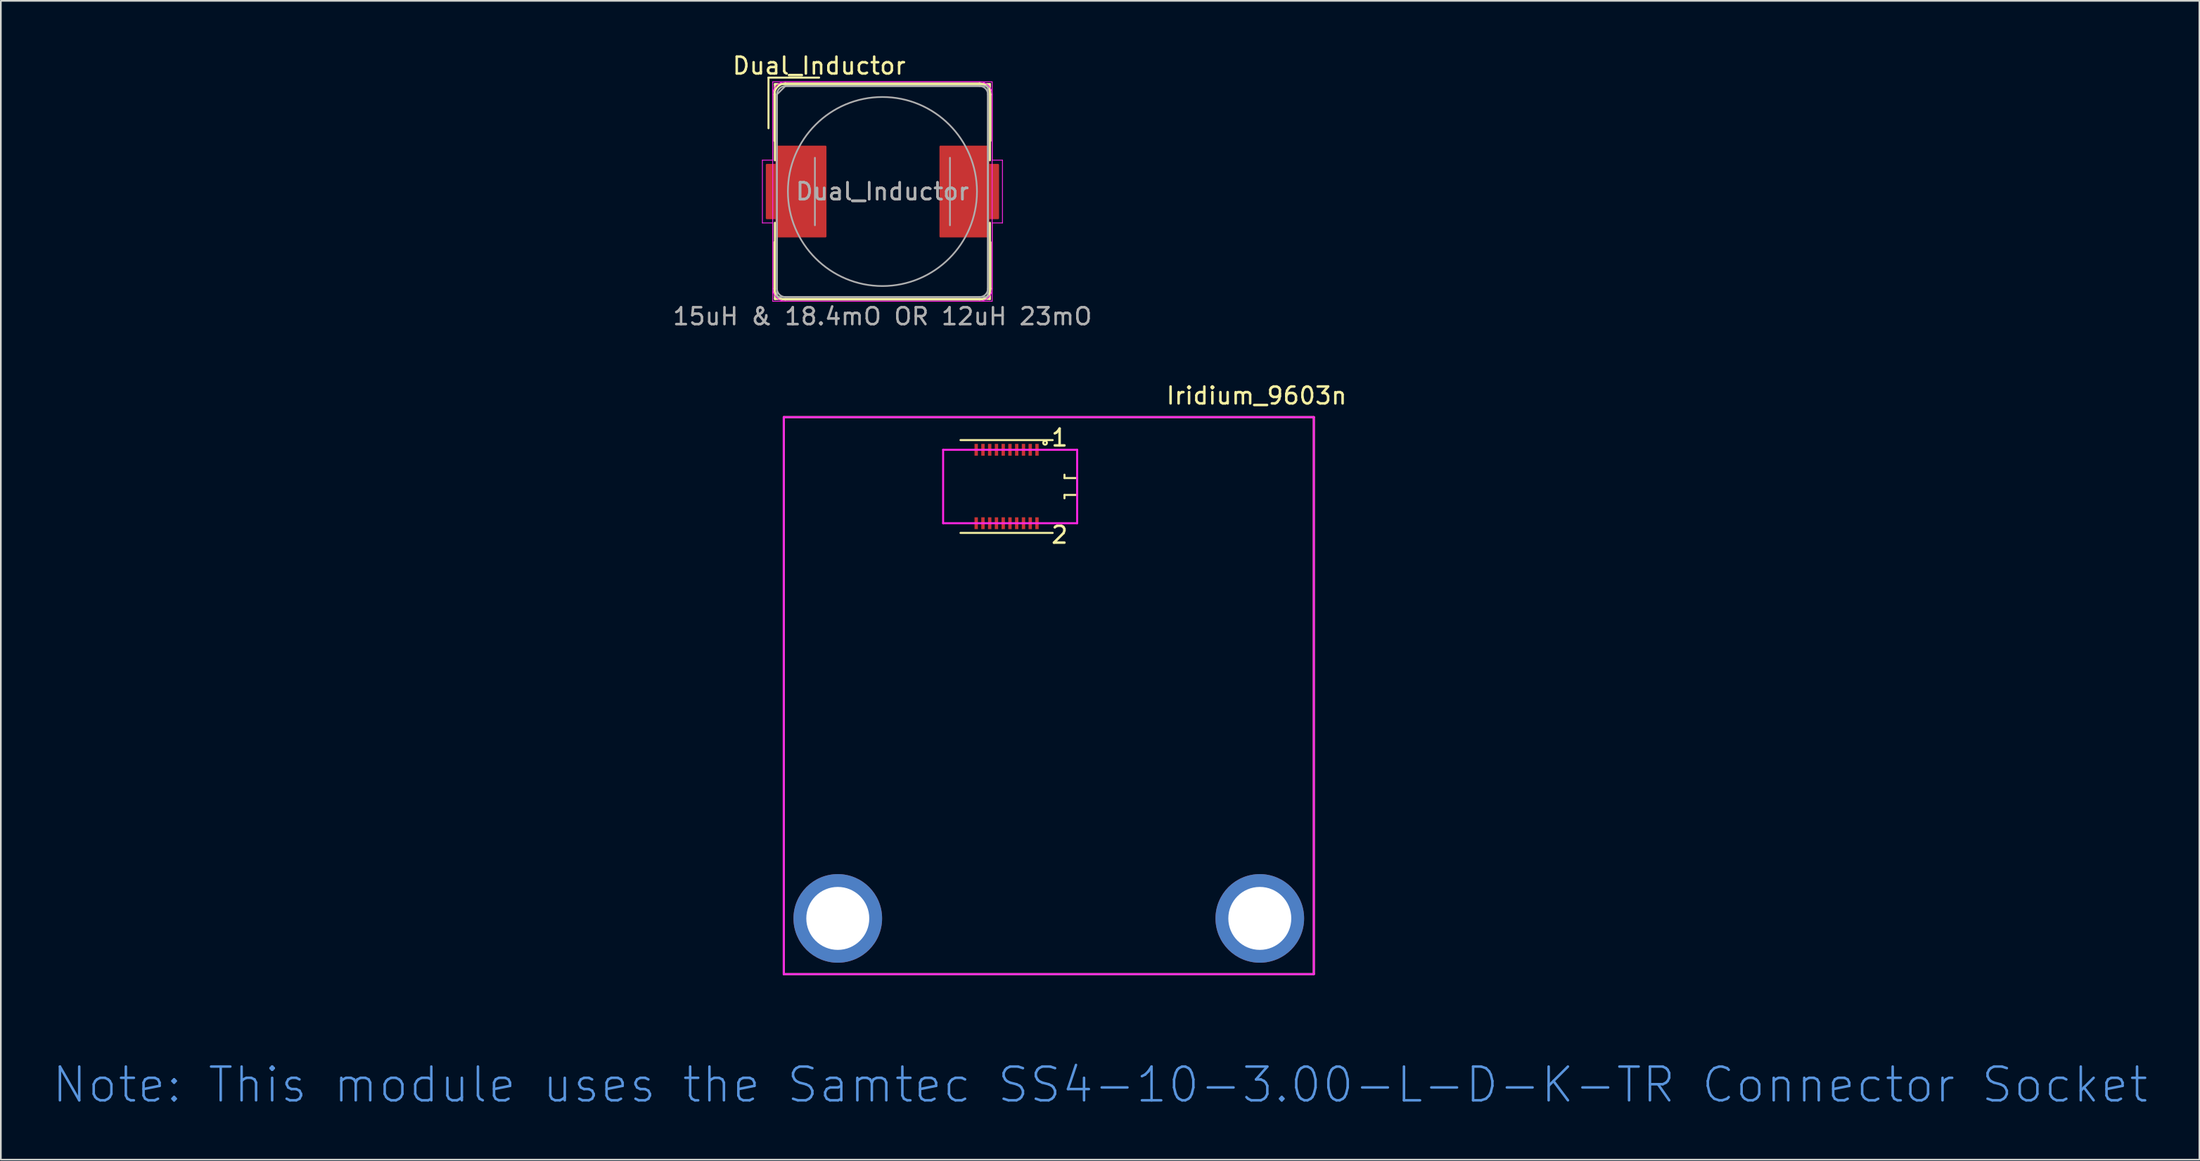
<source format=kicad_pcb>
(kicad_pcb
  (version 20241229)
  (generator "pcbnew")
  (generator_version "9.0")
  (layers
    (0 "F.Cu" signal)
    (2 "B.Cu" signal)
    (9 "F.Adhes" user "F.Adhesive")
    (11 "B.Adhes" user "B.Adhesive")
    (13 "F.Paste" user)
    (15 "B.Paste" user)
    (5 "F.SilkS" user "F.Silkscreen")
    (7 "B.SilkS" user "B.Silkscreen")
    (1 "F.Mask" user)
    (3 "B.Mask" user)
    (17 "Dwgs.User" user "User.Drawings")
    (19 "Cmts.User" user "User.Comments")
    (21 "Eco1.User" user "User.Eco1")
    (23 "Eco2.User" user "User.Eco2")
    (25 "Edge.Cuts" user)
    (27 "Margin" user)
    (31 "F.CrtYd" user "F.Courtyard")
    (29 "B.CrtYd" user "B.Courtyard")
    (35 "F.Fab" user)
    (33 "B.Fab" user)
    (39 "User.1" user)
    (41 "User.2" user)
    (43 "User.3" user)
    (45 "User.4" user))
  (footprint "Dual_Inductor"
    (layer "F.Cu")
    (at 49.225 8.298)
    (property "Reference" "Dual_Inductor" (at -3.75 -7.45 0) (layer "F.SilkS") (effects (font (size 1 1) (thickness 0.15))))
    (attr smd)
    (fp_line (start -6.75 -6.75) (end -3.75 -6.75) (stroke (width 0.12) (type solid)) (layer "F.SilkS"))
    (fp_line (start -6.75 -3.75) (end -6.75 -6.75) (stroke (width 0.12) (type solid)) (layer "F.SilkS"))
    (fp_line (start -6.4 -5.75) (end -6.4 -3) (stroke (width 0.12) (type solid)) (layer "F.SilkS"))
    (fp_line (start -6.4 3) (end -6.4 5.75) (stroke (width 0.12) (type solid)) (layer "F.SilkS"))
    (fp_line (start -6.37 -6.37) (end -6.37 -1.85) (stroke (width 0.12) (type solid)) (layer "F.SilkS"))
    (fp_line (start -6.37 -6.37) (end 6.37 -6.37) (stroke (width 0.12) (type solid)) (layer "F.SilkS"))
    (fp_line (start -6.37 1.85) (end -6.37 6.37) (stroke (width 0.12) (type solid)) (layer "F.SilkS"))
    (fp_line (start -6.37 6.37) (end 6.37 6.37) (stroke (width 0.12) (type solid)) (layer "F.SilkS"))
    (fp_line (start -5.75 -6.4) (end 5.75 -6.4) (stroke (width 0.12) (type solid)) (layer "F.SilkS"))
    (fp_line (start 5.75 6.4) (end -5.75 6.4) (stroke (width 0.12) (type solid)) (layer "F.SilkS"))
    (fp_line (start 6.37 -6.37) (end 6.37 -1.85) (stroke (width 0.12) (type solid)) (layer "F.SilkS"))
    (fp_line (start 6.37 1.85) (end 6.37 6.37) (stroke (width 0.12) (type solid)) (layer "F.SilkS"))
    (fp_line (start 6.4 -5.75) (end 6.4 -3) (stroke (width 0.12) (type solid)) (layer "F.SilkS"))
    (fp_line (start 6.4 3) (end 6.4 5.75) (stroke (width 0.12) (type solid)) (layer "F.SilkS"))
    (fp_arc (start -6.4 -5.75) (mid -6.209619 -6.209619) (end -5.75 -6.4) (stroke (width 0.12) (type solid)) (layer "F.SilkS"))
    (fp_arc (start -5.75 6.4) (mid -6.209619 6.209619) (end -6.4 5.75) (stroke (width 0.12) (type solid)) (layer "F.SilkS"))
    (fp_arc (start 5.75 -6.4) (mid 6.209619 -6.209619) (end 6.4 -5.75) (stroke (width 0.12) (type solid)) (layer "F.SilkS"))
    (fp_arc (start 6.4 5.75) (mid 6.209619 6.209619) (end 5.75 6.4) (stroke (width 0.12) (type solid)) (layer "F.SilkS"))
    (fp_line (start -7.11 -1.86) (end -7.11 1.86) (stroke (width 0.05) (type solid)) (layer "F.CrtYd"))
    (fp_line (start -7.11 1.86) (end -6.5 1.86) (stroke (width 0.05) (type solid)) (layer "F.CrtYd"))
    (fp_line (start -6.5 -6.5) (end -6.5 -1.86) (stroke (width 0.05) (type solid)) (layer "F.CrtYd"))
    (fp_line (start -6.5 -6.5) (end 6.5 -6.5) (stroke (width 0.05) (type solid)) (layer "F.CrtYd"))
    (fp_line (start -6.5 -1.86) (end -7.11 -1.86) (stroke (width 0.05) (type solid)) (layer "F.CrtYd"))
    (fp_line (start -6.5 1.86) (end -6.5 6.5) (stroke (width 0.05) (type solid)) (layer "F.CrtYd"))
    (fp_line (start -6.5 5.75) (end -6.5 -5.75) (stroke (width 0.05) (type solid)) (layer "F.CrtYd"))
    (fp_line (start -6.5 6.5) (end 6.5 6.5) (stroke (width 0.05) (type solid)) (layer "F.CrtYd"))
    (fp_line (start -5.75 -6.5) (end 5.75 -6.5) (stroke (width 0.05) (type solid)) (layer "F.CrtYd"))
    (fp_line (start 5.75 6.5) (end -5.75 6.5) (stroke (width 0.05) (type solid)) (layer "F.CrtYd"))
    (fp_line (start 6.5 -6.5) (end 6.5 -1.86) (stroke (width 0.05) (type solid)) (layer "F.CrtYd"))
    (fp_line (start 6.5 -5.75) (end 6.5 5.75) (stroke (width 0.05) (type solid)) (layer "F.CrtYd"))
    (fp_line (start 6.5 -1.86) (end 7.11 -1.86) (stroke (width 0.05) (type solid)) (layer "F.CrtYd"))
    (fp_line (start 6.5 1.86) (end 6.5 6.5) (stroke (width 0.05) (type solid)) (layer "F.CrtYd"))
    (fp_line (start 7.11 -1.86) (end 7.11 1.86) (stroke (width 0.05) (type solid)) (layer "F.CrtYd"))
    (fp_line (start 7.11 1.86) (end 6.5 1.86) (stroke (width 0.05) (type solid)) (layer "F.CrtYd"))
    (fp_arc (start -6.5 -5.75) (mid -6.28033 -6.28033) (end -5.75 -6.5) (stroke (width 0.05) (type solid)) (layer "F.CrtYd"))
    (fp_arc (start -5.75 6.5) (mid -6.28033 6.28033) (end -6.5 5.75) (stroke (width 0.05) (type solid)) (layer "F.CrtYd"))
    (fp_arc (start 5.75 -6.5) (mid 6.28033 -6.28033) (end 6.5 -5.75) (stroke (width 0.05) (type solid)) (layer "F.CrtYd"))
    (fp_arc (start 6.5 5.75) (mid 6.28033 6.28033) (end 5.75 6.5) (stroke (width 0.05) (type solid)) (layer "F.CrtYd"))
    (fp_line (start -6.25 -5.75) (end -6.25 5.75) (stroke (width 0.1) (type solid)) (layer "F.Fab"))
    (fp_line (start -6.25 -5.75) (end -5.75 -6.25) (stroke (width 0.1) (type solid)) (layer "F.Fab"))
    (fp_line (start -6.25 6.25) (end -6.25 -5.75) (stroke (width 0.1) (type solid)) (layer "F.Fab"))
    (fp_line (start -5.75 -6.25) (end 5.75 -6.25) (stroke (width 0.1) (type solid)) (layer "F.Fab"))
    (fp_line (start -5.75 -6.25) (end 6.25 -6.25) (stroke (width 0.1) (type solid)) (layer "F.Fab"))
    (fp_line (start -4 2) (end -4 -2) (stroke (width 0.1) (type solid)) (layer "F.Fab"))
    (fp_line (start 4 -2) (end 4 2) (stroke (width 0.1) (type solid)) (layer "F.Fab"))
    (fp_line (start 5.75 6.25) (end -5.75 6.25) (stroke (width 0.1) (type solid)) (layer "F.Fab"))
    (fp_line (start 6.25 -6.25) (end 6.25 6.25) (stroke (width 0.1) (type solid)) (layer "F.Fab"))
    (fp_line (start 6.25 -5.75) (end 6.25 5.75) (stroke (width 0.1) (type solid)) (layer "F.Fab"))
    (fp_line (start 6.25 6.25) (end -6.25 6.25) (stroke (width 0.1) (type solid)) (layer "F.Fab"))
    (fp_arc (start -6.25 -5.75) (mid -6.103553 -6.103553) (end -5.75 -6.25) (stroke (width 0.1) (type solid)) (layer "F.Fab"))
    (fp_arc (start -5.75 6.25) (mid -6.103553 6.103553) (end -6.25 5.75) (stroke (width 0.1) (type solid)) (layer "F.Fab"))
    (fp_arc (start 5.75 -6.25) (mid 6.103553 -6.103553) (end 6.25 -5.75) (stroke (width 0.1) (type solid)) (layer "F.Fab"))
    (fp_arc (start 6.25 5.75) (mid 6.103553 6.103553) (end 5.75 6.25) (stroke (width 0.1) (type solid)) (layer "F.Fab"))
    (fp_circle (center 0 0) (end 0 -5.6) (stroke (width 0.1) (type solid)) (fill no) (layer "F.Fab"))
    (fp_text user "" (at -49 0.05 0) (layer "F.SilkS") (effects (font (size 3 3) (thickness 0.15))))
    (fp_text user "${REFERENCE}" (at 0 0 0) (layer "F.Fab") (effects (font (size 1 1) (thickness 0.15))))
    (fp_text user "${REFERENCE}" (at 0 0 0) (layer "F.Fab") (effects (font (size 1 1) (thickness 0.15))))
    (fp_text user "15uH & 18.4mO OR 12uH 23mO" (at 0 7.4 0) (layer "F.Fab") (effects (font (size 1 1) (thickness 0.15))))
    (pad "1" smd custom (at -5.55 0) (size 2.6 3.2) (layers "F.Cu" "F.Mask" "F.Paste") (options (anchor circle)) (primitives (gr_poly (pts (xy 2.184 2.667) (xy -0.737 2.667) (xy -0.737 1.587) (xy -1.308 1.587) (xy -1.308 -1.587) (xy -0.737 -1.587) (xy -0.737 -2.667) (xy 2.184 -2.667)) (width 0.1) (fill yes))))
    (pad "2" smd custom (at 5.55 0) (size 2.6 3.2) (layers "F.Cu" "F.Mask" "F.Paste") (options (anchor circle)) (primitives (gr_poly (pts (xy 1.308 1.587) (xy 0.419 1.587) (xy 0.419 -1.587) (xy 1.308 -1.587)) (width 0.1) (fill yes)) (gr_poly (pts (xy 0.737 2.667) (xy -2.121 2.667) (xy -2.121 -2.667) (xy 0.737 -2.667)) (width 0.1) (fill yes)))))
  (footprint "Iridium_9603n"
    (layer "F.Cu")
    (at 53.37 25.775)
    (property "Reference" "Iridium_9603n" (at 18.02 -5.38 0) (layer "F.SilkS") (effects (font (size 1 1) (thickness 0.15))))
    (attr through_hole)
    (fp_line (start -9.99 -4.11) (end 21.41 -4.11) (stroke (width 0.12) (type solid)) (layer "F.SilkS"))
    (fp_line (start -9.99 28.89) (end -9.99 -4.11) (stroke (width 0.12) (type solid)) (layer "F.SilkS"))
    (fp_line (start 0.48 -2.75) (end 5.94 -2.75) (stroke (width 0.12) (type solid)) (layer "F.SilkS"))
    (fp_line (start 0.48 2.75) (end 5.94 2.75) (stroke (width 0.12) (type solid)) (layer "F.SilkS"))
    (fp_line (start 6.64 -0.7) (end 6.64 -0.5) (stroke (width 0.12) (type solid)) (layer "F.SilkS"))
    (fp_line (start 6.64 -0.5) (end 7.39 -0.5) (stroke (width 0.12) (type solid)) (layer "F.SilkS"))
    (fp_line (start 6.64 0.5) (end 6.64 0.7) (stroke (width 0.12) (type solid)) (layer "F.SilkS"))
    (fp_line (start 6.64 0.5) (end 7.39 0.5) (stroke (width 0.12) (type solid)) (layer "F.SilkS"))
    (fp_line (start 7.39 -0.5) (end 7.39 0.5) (stroke (width 0.12) (type solid)) (layer "F.SilkS"))
    (fp_line (start 21.41 -4.11) (end 21.41 28.89) (stroke (width 0.12) (type solid)) (layer "F.SilkS"))
    (fp_line (start 21.41 28.89) (end -9.99 28.89) (stroke (width 0.12) (type solid)) (layer "F.SilkS"))
    (fp_circle (center 5.49 -2.59) (end 5.52 -2.55) (stroke (width 0.12) (type solid)) (fill no) (layer "F.SilkS"))
    (fp_line (start -9.99 -4.11) (end 21.41 -4.11) (stroke (width 0.12) (type solid)) (layer "F.CrtYd"))
    (fp_line (start -9.99 28.89) (end -9.99 -4.11) (stroke (width 0.12) (type solid)) (layer "F.CrtYd"))
    (fp_line (start -0.55 -2.175) (end -0.55 2.175) (stroke (width 0.12) (type solid)) (layer "F.CrtYd"))
    (fp_line (start -0.55 -2.175) (end 7.39 -2.175) (stroke (width 0.12) (type solid)) (layer "F.CrtYd"))
    (fp_line (start -0.55 2.175) (end 7.39 2.175) (stroke (width 0.12) (type solid)) (layer "F.CrtYd"))
    (fp_line (start 7.39 2.175) (end 7.39 -2.175) (stroke (width 0.12) (type solid)) (layer "F.CrtYd"))
    (fp_line (start 21.41 -4.11) (end 21.41 28.89) (stroke (width 0.12) (type solid)) (layer "F.CrtYd"))
    (fp_line (start 21.41 28.89) (end -9.99 28.89) (stroke (width 0.12) (type solid)) (layer "F.CrtYd"))
    (fp_text user "2" (at 6.35 2.87 0) (layer "F.SilkS") (effects (font (size 1 1) (thickness 0.15))))
    (fp_text user "1" (at 6.35 -2.89 0) (layer "F.SilkS") (effects (font (size 1 1) (thickness 0.15))))
    (fp_text user "Note: This module uses the Samtec SS4-10-3.00-L-D-K-TR Connector Socket" (at 8.75 35.45 0) (layer "Cmts.User") (effects (font (size 2 2) (thickness 0.15))))
    (pad "" np_thru_hole circle (at -6.79 25.59) (size 5.25 5.25) (drill 3.73) (layers "*.Cu" "*.Mask"))
    (pad "" np_thru_hole circle (at 18.21 25.59) (size 5.25 5.25) (drill 3.73) (layers "*.Cu" "*.Mask"))
    (pad "1" smd rect (at 5.01 -2.175) (size 0.2 0.7) (layers "F.Cu" "F.Mask" "F.Paste"))
    (pad "2" smd rect (at 5.01 2.175) (size 0.2 0.7) (layers "F.Cu" "F.Mask" "F.Paste"))
    (pad "3" smd rect (at 4.61 -2.175) (size 0.2 0.7) (layers "F.Cu" "F.Mask" "F.Paste"))
    (pad "4" smd rect (at 4.61 2.175) (size 0.2 0.7) (layers "F.Cu" "F.Mask" "F.Paste"))
    (pad "5" smd rect (at 4.21 -2.175) (size 0.2 0.7) (layers "F.Cu" "F.Mask" "F.Paste"))
    (pad "6" smd rect (at 4.21 2.175) (size 0.2 0.7) (layers "F.Cu" "F.Mask" "F.Paste"))
    (pad "7" smd rect (at 3.81 -2.175) (size 0.2 0.7) (layers "F.Cu" "F.Mask" "F.Paste"))
    (pad "8" smd rect (at 3.81 2.175) (size 0.2 0.7) (layers "F.Cu" "F.Mask" "F.Paste"))
    (pad "9" smd rect (at 3.41 -2.175) (size 0.2 0.7) (layers "F.Cu" "F.Mask" "F.Paste"))
    (pad "10" smd rect (at 3.41 2.175) (size 0.2 0.7) (layers "F.Cu" "F.Mask" "F.Paste"))
    (pad "11" smd rect (at 3.01 -2.175) (size 0.2 0.7) (layers "F.Cu" "F.Mask" "F.Paste"))
    (pad "12" smd rect (at 3.01 2.175) (size 0.2 0.7) (layers "F.Cu" "F.Mask" "F.Paste"))
    (pad "13" smd rect (at 2.61 -2.175) (size 0.2 0.7) (layers "F.Cu" "F.Mask" "F.Paste"))
    (pad "14" smd rect (at 2.61 2.175) (size 0.2 0.7) (layers "F.Cu" "F.Mask" "F.Paste"))
    (pad "15" smd rect (at 2.21 -2.175) (size 0.2 0.7) (layers "F.Cu" "F.Mask" "F.Paste"))
    (pad "16" smd rect (at 2.21 2.175) (size 0.2 0.7) (layers "F.Cu" "F.Mask" "F.Paste"))
    (pad "17" smd rect (at 1.81 -2.175) (size 0.2 0.7) (layers "F.Cu" "F.Mask" "F.Paste"))
    (pad "18" smd rect (at 1.81 2.175) (size 0.2 0.7) (layers "F.Cu" "F.Mask" "F.Paste"))
    (pad "19" smd rect (at 1.41 -2.175) (size 0.2 0.7) (layers "F.Cu" "F.Mask" "F.Paste"))
    (pad "20" smd rect (at 1.41 2.175) (size 0.2 0.7) (layers "F.Cu" "F.Mask" "F.Paste")))
  (gr_rect
    (start -3 -3)
    (end 127.24 65.658)
    (stroke (width 0.1) (type default))
    (fill no)
    (layer "Edge.Cuts")))
</source>
